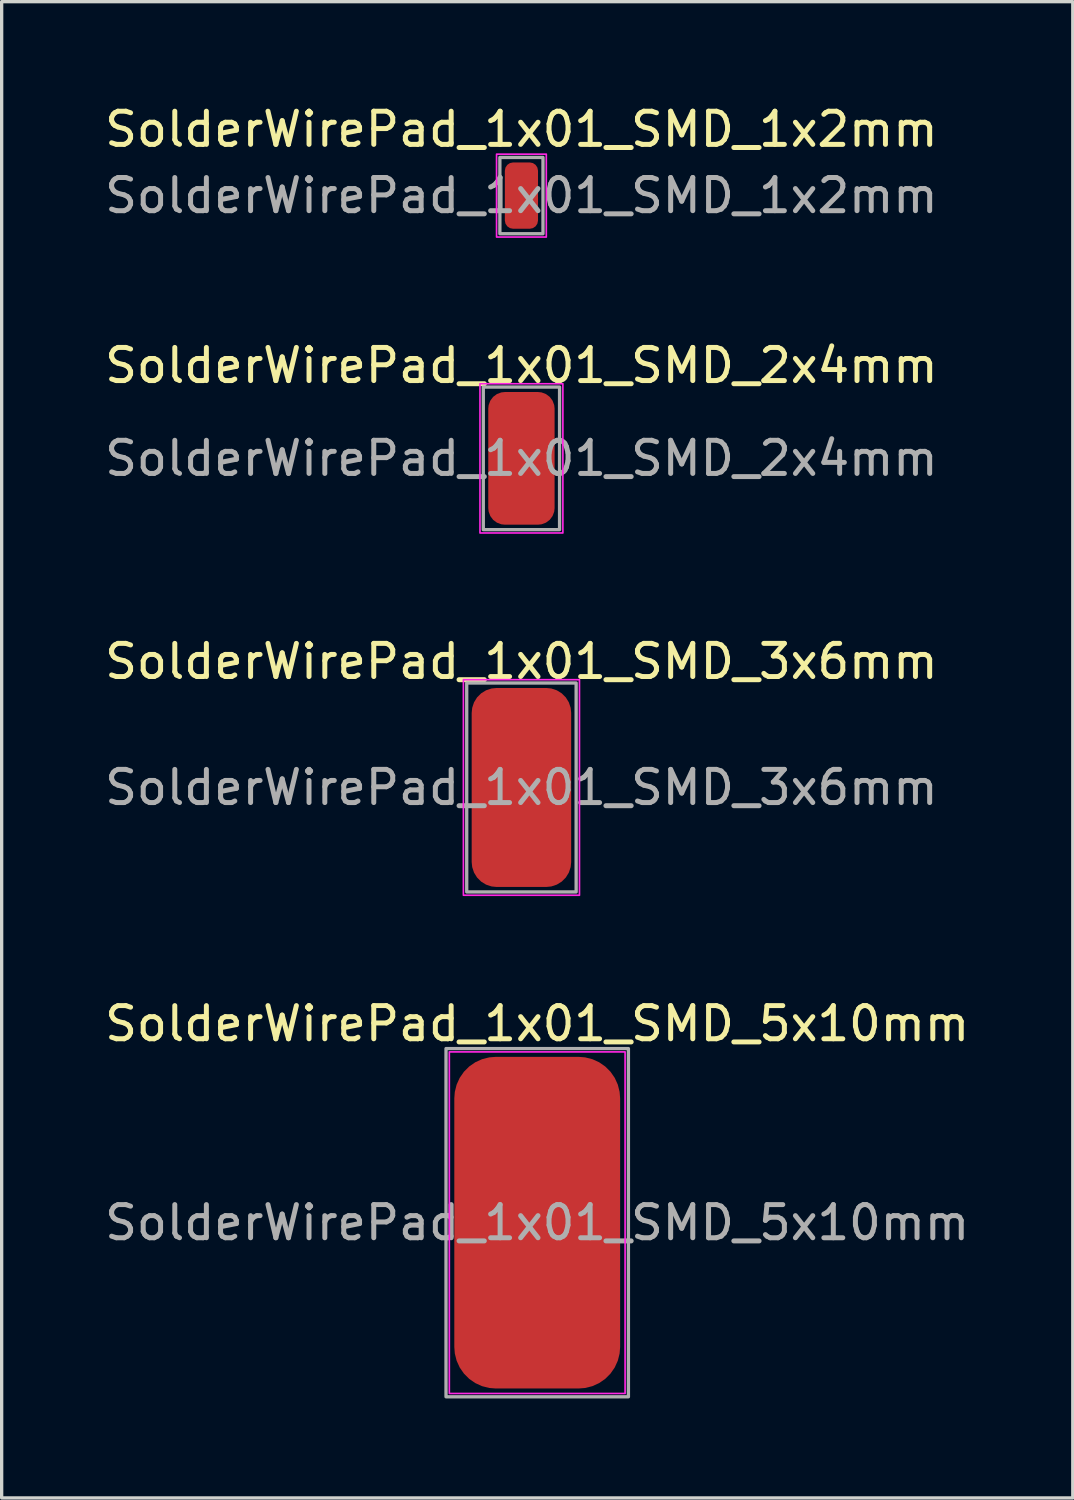
<source format=kicad_pcb>
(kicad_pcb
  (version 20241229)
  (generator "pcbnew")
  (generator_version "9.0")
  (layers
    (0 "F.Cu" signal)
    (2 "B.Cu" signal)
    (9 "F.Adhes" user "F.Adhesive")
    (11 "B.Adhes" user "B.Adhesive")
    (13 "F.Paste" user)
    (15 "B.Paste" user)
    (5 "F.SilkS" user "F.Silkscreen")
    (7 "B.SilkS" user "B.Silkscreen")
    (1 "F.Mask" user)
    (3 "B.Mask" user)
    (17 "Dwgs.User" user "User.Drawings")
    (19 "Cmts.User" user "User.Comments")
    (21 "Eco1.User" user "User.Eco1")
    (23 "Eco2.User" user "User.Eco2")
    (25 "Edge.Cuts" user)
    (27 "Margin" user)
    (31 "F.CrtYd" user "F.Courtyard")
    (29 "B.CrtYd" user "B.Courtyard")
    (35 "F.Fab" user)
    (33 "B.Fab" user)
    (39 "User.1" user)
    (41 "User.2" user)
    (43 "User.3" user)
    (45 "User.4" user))
  (footprint "SolderWirePad_1x01_SMD_2x4mm"
    (layer "F.Cu")
    (at 12.673 10.771)
    (property "Reference" "SolderWirePad_1x01_SMD_2x4mm" (at 0 -2.8 0) (layer "F.SilkS") (effects (font (size 1 1) (thickness 0.15))))
    (attr exclude_from_pos_files exclude_from_bom)
    (fp_rect (start -1.25 -2.25) (end 1.25 2.25) (stroke (width 0.05) (type solid)) (fill no) (layer "F.CrtYd"))
    (fp_rect (start -1.15 -2.15) (end 1.15 2.15) (stroke (width 0.1) (type default)) (fill no) (layer "F.Fab"))
    (fp_text user "${REFERENCE}" (at 0 0 0) (layer "F.Fab") (effects (font (size 1 1) (thickness 0.15))))
    (pad "1" smd roundrect (at 0 0) (size 2 4) (layers "F.Cu" "F.Mask") (roundrect_rratio 0.25)))
  (footprint "SolderWirePad_1x01_SMD_5x10mm"
    (layer "F.Cu")
    (at 13.149 33.818)
    (property "Reference" "SolderWirePad_1x01_SMD_5x10mm" (at 0 -6 0) (layer "F.SilkS") (effects (font (size 1 1) (thickness 0.15))))
    (attr exclude_from_pos_files exclude_from_bom)
    (fp_rect (start -2.65 -5.15) (end 2.65 5.15) (stroke (width 0.05) (type solid)) (fill no) (layer "F.CrtYd"))
    (fp_rect (start -2.75 -5.25) (end 2.75 5.25) (stroke (width 0.1) (type solid)) (fill no) (layer "F.Fab"))
    (fp_text user "${REFERENCE}" (at 0 0 0) (layer "F.Fab") (effects (font (size 1 1) (thickness 0.15))))
    (pad "1" smd roundrect (at 0 0) (size 5 10) (layers "F.Cu" "F.Mask") (roundrect_rratio 0.25)))
  (footprint "SolderWirePad_1x01_SMD_1x2mm"
    (layer "F.Cu")
    (at 12.673 2.848)
    (property "Reference" "SolderWirePad_1x01_SMD_1x2mm" (at 0 -2 0) (layer "F.SilkS") (effects (font (size 1 1) (thickness 0.15))))
    (attr exclude_from_pos_files exclude_from_bom)
    (fp_rect (start -0.75 -1.25) (end 0.75 1.25) (stroke (width 0.05) (type solid)) (fill no) (layer "F.CrtYd"))
    (fp_rect (start -0.65 -1.15) (end 0.65 1.15) (stroke (width 0.1) (type solid)) (fill no) (layer "F.Fab"))
    (fp_text user "${REFERENCE}" (at 0 0 0) (layer "F.Fab") (effects (font (size 1 1) (thickness 0.15))))
    (pad "1" smd roundrect (at 0 0) (size 1 2) (layers "F.Cu" "F.Mask") (roundrect_rratio 0.25)))
  (footprint "SolderWirePad_1x01_SMD_3x6mm"
    (layer "F.Cu")
    (at 12.673 20.695)
    (property "Reference" "SolderWirePad_1x01_SMD_3x6mm" (at 0 -3.8 0) (layer "F.SilkS") (effects (font (size 1 1) (thickness 0.15))))
    (attr exclude_from_pos_files exclude_from_bom)
    (fp_rect (start -1.75 -3.25) (end 1.75 3.25) (stroke (width 0.05) (type solid)) (fill no) (layer "F.CrtYd"))
    (fp_rect (start -1.65 -3.15) (end 1.65 3.15) (stroke (width 0.1) (type solid)) (fill no) (layer "F.Fab"))
    (fp_text user "${REFERENCE}" (at 0 0 0) (layer "F.Fab") (effects (font (size 1 1) (thickness 0.15))))
    (pad "1" smd roundrect (at 0 0) (size 3 6) (layers "F.Cu" "F.Mask") (roundrect_rratio 0.25)))
  (gr_rect
    (start -3 -3)
    (end 29.298 42.118)
    (stroke (width 0.1) (type default))
    (fill no)
    (layer "Edge.Cuts")))
</source>
